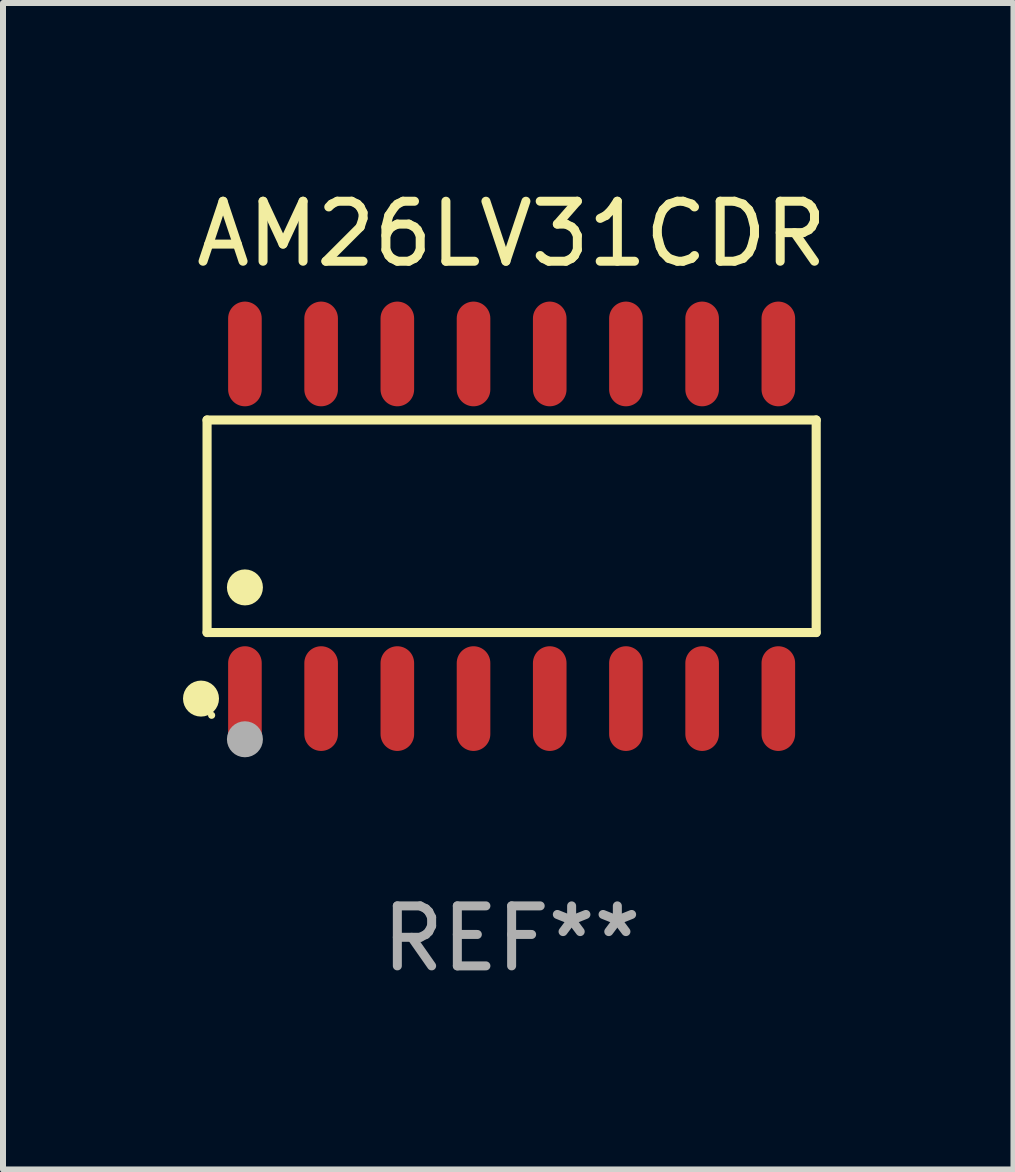
<source format=kicad_pcb>
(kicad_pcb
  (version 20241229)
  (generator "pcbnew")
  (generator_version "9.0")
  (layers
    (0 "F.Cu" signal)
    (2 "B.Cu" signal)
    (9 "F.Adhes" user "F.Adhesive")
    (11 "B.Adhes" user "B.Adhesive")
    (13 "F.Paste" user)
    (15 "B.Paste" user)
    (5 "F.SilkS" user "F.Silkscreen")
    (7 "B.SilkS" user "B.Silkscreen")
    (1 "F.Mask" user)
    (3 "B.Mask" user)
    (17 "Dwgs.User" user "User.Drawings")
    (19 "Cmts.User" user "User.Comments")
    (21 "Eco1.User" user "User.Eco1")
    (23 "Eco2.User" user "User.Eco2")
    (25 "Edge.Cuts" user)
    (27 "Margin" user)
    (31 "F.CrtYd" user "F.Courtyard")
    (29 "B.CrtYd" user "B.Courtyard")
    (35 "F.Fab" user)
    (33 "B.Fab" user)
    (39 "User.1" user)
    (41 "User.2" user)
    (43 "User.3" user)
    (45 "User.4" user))
  (footprint "AM26LV31CDR"
    (layer "F.Cu")
    (at 5.477 5.721)
    (property "Reference" "AM26LV31CDR" (at 0 -4.872 0) (layer "F.SilkS") (effects (font (size 1 1) (thickness 0.15))))
    (attr through_hole)
    (fp_line (start -5.076 -1.771) (end 5.076 -1.771) (stroke (width 0.152) (type solid)) (layer "F.SilkS"))
    (fp_line (start -5.076 1.771) (end -5.076 -1.771) (stroke (width 0.152) (type solid)) (layer "F.SilkS"))
    (fp_line (start 5.076 -1.771) (end 5.076 1.771) (stroke (width 0.152) (type solid)) (layer "F.SilkS"))
    (fp_line (start 5.076 1.771) (end -5.076 1.771) (stroke (width 0.152) (type solid)) (layer "F.SilkS"))
    (fp_circle (center -5.177 2.872) (end -5.027 2.872) (stroke (width 0.3) (type solid)) (fill no) (layer "F.SilkS"))
    (fp_circle (center -5 3.15) (end -4.97 3.15) (stroke (width 0.06) (type solid)) (fill no) (layer "F.SilkS"))
    (fp_circle (center -4.445 1.019) (end -4.295 1.019) (stroke (width 0.3) (type solid)) (fill no) (layer "F.SilkS"))
    (fp_circle (center -4.445 3.55) (end -4.295 3.55) (stroke (width 0.3) (type solid)) (fill no) (layer "F.Fab"))
    (fp_text user "REF**" (at 0 6.872 0) (layer "F.Fab") (effects (font (size 1 1) (thickness 0.15))))
    (pad "1" smd oval (at -4.445 2.872) (size 0.56 1.745) (layers "F.Cu" "F.Mask" "F.Paste"))
    (pad "2" smd oval (at -3.175 2.872) (size 0.56 1.745) (layers "F.Cu" "F.Mask" "F.Paste"))
    (pad "3" smd oval (at -1.905 2.872) (size 0.56 1.745) (layers "F.Cu" "F.Mask" "F.Paste"))
    (pad "4" smd oval (at -0.635 2.872) (size 0.56 1.745) (layers "F.Cu" "F.Mask" "F.Paste"))
    (pad "5" smd oval (at 0.635 2.872) (size 0.56 1.745) (layers "F.Cu" "F.Mask" "F.Paste"))
    (pad "6" smd oval (at 1.905 2.872) (size 0.56 1.745) (layers "F.Cu" "F.Mask" "F.Paste"))
    (pad "7" smd oval (at 3.175 2.872) (size 0.56 1.745) (layers "F.Cu" "F.Mask" "F.Paste"))
    (pad "8" smd oval (at 4.445 2.872) (size 0.56 1.745) (layers "F.Cu" "F.Mask" "F.Paste"))
    (pad "9" smd oval (at 4.445 -2.872) (size 0.56 1.745) (layers "F.Cu" "F.Mask" "F.Paste"))
    (pad "10" smd oval (at 3.175 -2.872) (size 0.56 1.745) (layers "F.Cu" "F.Mask" "F.Paste"))
    (pad "11" smd oval (at 1.905 -2.872) (size 0.56 1.745) (layers "F.Cu" "F.Mask" "F.Paste"))
    (pad "12" smd oval (at 0.635 -2.872) (size 0.56 1.745) (layers "F.Cu" "F.Mask" "F.Paste"))
    (pad "13" smd oval (at -0.635 -2.872) (size 0.56 1.745) (layers "F.Cu" "F.Mask" "F.Paste"))
    (pad "14" smd oval (at -1.905 -2.872) (size 0.56 1.745) (layers "F.Cu" "F.Mask" "F.Paste"))
    (pad "15" smd oval (at -3.175 -2.872) (size 0.56 1.745) (layers "F.Cu" "F.Mask" "F.Paste"))
    (pad "16" smd oval (at -4.445 -2.872) (size 0.56 1.745) (layers "F.Cu" "F.Mask" "F.Paste")))
  (gr_rect
    (start -3 -3)
    (end 13.841 16.441)
    (stroke (width 0.1) (type default))
    (fill no)
    (layer "Edge.Cuts")))
</source>
